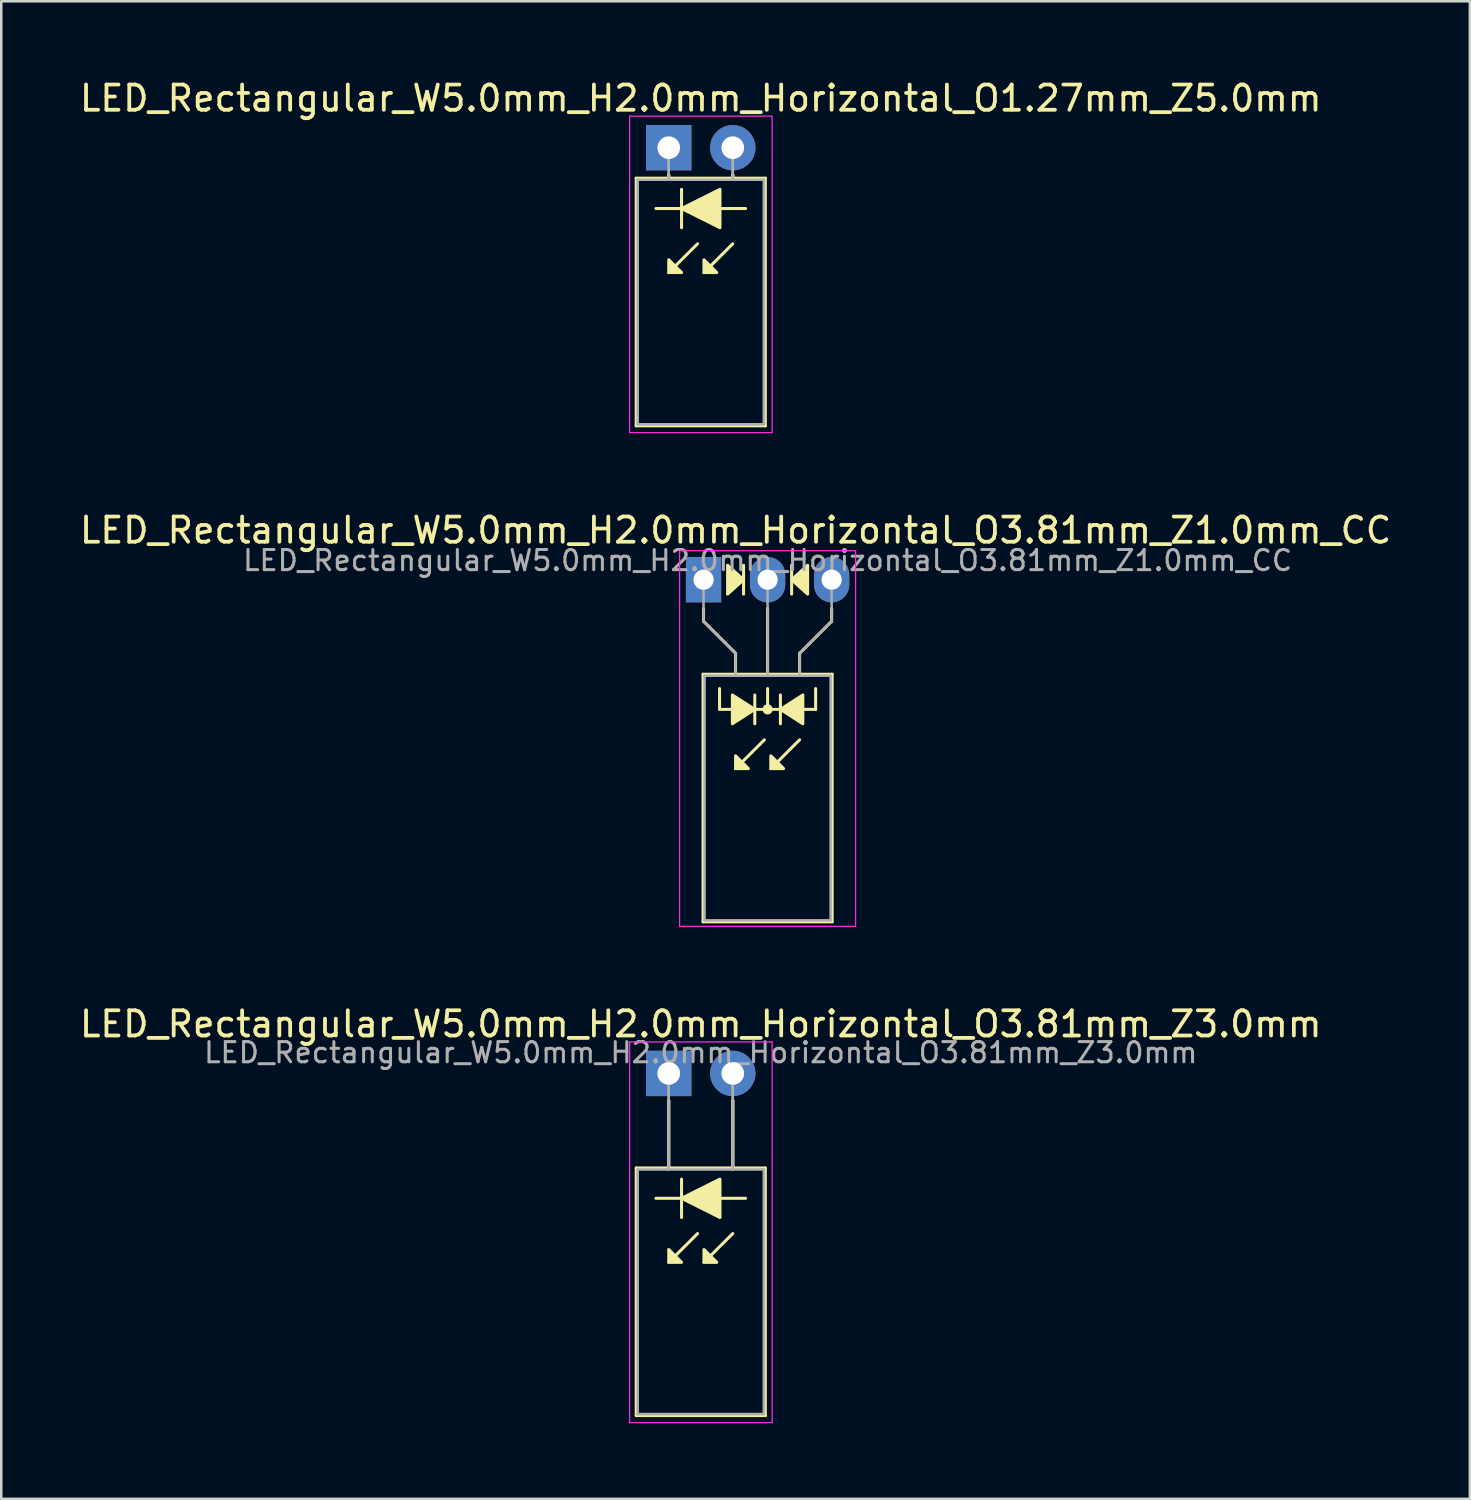
<source format=kicad_pcb>
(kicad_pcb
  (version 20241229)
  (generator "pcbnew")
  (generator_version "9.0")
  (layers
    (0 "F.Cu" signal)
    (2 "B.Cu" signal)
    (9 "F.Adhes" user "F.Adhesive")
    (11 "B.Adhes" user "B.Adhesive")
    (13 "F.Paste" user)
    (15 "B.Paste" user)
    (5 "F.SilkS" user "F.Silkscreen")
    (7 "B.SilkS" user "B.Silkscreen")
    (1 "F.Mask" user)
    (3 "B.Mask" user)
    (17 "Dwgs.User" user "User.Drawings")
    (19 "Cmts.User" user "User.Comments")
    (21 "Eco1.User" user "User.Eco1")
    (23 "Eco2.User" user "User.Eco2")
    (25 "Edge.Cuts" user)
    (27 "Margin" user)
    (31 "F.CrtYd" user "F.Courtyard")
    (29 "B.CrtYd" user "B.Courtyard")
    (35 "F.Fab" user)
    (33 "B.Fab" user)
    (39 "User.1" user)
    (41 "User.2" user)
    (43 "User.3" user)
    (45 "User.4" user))
  (footprint "LED_Rectangular_W5.0mm_H2.0mm_Horizontal_O3.81mm_Z1.0mm_CC"
    (layer "F.Cu")
    (at 24.855 19.942)
    (property "Reference" "LED_Rectangular_W5.0mm_H2.0mm_Horizontal_O3.81mm_Z1.0mm_CC" (at 1.27 -1.96 0) (layer "F.SilkS") (effects (font (size 1 1) (thickness 0.15))))
    (fp_line (start -0.02 3.75) (end -0.02 13.57) (stroke (width 0.12) (type solid)) (layer "F.SilkS"))
    (fp_line (start -0.02 13.57) (end 5.1 13.57) (stroke (width 0.12) (type solid)) (layer "F.SilkS"))
    (fp_line (start 0 1.143) (end 0 1.651) (stroke (width 0.12) (type default)) (layer "F.SilkS"))
    (fp_line (start 0 1.651) (end 1.27 2.921) (stroke (width 0.12) (type default)) (layer "F.SilkS"))
    (fp_line (start 0.635 5.144) (end 0.635 4.318) (stroke (width 0.12) (type default)) (layer "F.SilkS"))
    (fp_line (start 0.635 5.144) (end 4.445 5.144) (stroke (width 0.12) (type default)) (layer "F.SilkS"))
    (fp_line (start 1.27 2.921) (end 1.27 3.75) (stroke (width 0.12) (type default)) (layer "F.SilkS"))
    (fp_line (start 1.27 3.75) (end 1.27 3.75) (stroke (width 0.12) (type solid)) (layer "F.SilkS"))
    (fp_line (start 1.587 0.572) (end 1.587 -0.572) (stroke (width 0.12) (type solid)) (layer "F.SilkS"))
    (fp_line (start 2.032 5.715) (end 2.032 4.572) (stroke (width 0.12) (type solid)) (layer "F.SilkS"))
    (fp_line (start 2.413 6.35) (end 1.27 7.493) (stroke (width 0.12) (type solid)) (layer "F.SilkS"))
    (fp_line (start 2.54 3.75) (end 2.54 1.143) (stroke (width 0.12) (type default)) (layer "F.SilkS"))
    (fp_line (start 2.54 5.144) (end 2.54 4.318) (stroke (width 0.12) (type default)) (layer "F.SilkS"))
    (fp_line (start 3.048 4.572) (end 3.048 5.715) (stroke (width 0.12) (type solid)) (layer "F.SilkS"))
    (fp_line (start 3.493 -0.572) (end 3.493 0.572) (stroke (width 0.12) (type solid)) (layer "F.SilkS"))
    (fp_line (start 3.81 2.921) (end 3.81 3.75) (stroke (width 0.12) (type default)) (layer "F.SilkS"))
    (fp_line (start 3.81 3.75) (end 3.81 3.75) (stroke (width 0.12) (type solid)) (layer "F.SilkS"))
    (fp_line (start 3.81 6.35) (end 2.667 7.493) (stroke (width 0.12) (type solid)) (layer "F.SilkS"))
    (fp_line (start 4.445 5.144) (end 4.445 4.318) (stroke (width 0.12) (type default)) (layer "F.SilkS"))
    (fp_line (start 5.08 1.143) (end 5.08 1.651) (stroke (width 0.12) (type default)) (layer "F.SilkS"))
    (fp_line (start 5.08 1.651) (end 3.81 2.921) (stroke (width 0.12) (type default)) (layer "F.SilkS"))
    (fp_line (start 5.1 3.75) (end -0.02 3.75) (stroke (width 0.12) (type solid)) (layer "F.SilkS"))
    (fp_line (start 5.1 13.57) (end 5.1 3.75) (stroke (width 0.12) (type solid)) (layer "F.SilkS"))
    (fp_circle (center 2.54 5.144) (end 2.682 5.144) (stroke (width 0.12) (type solid)) (fill yes) (layer "F.SilkS"))
    (fp_poly (pts (xy 0.953 -0.572) (xy 1.587 0) (xy 0.953 0.572)) (stroke (width 0.12) (type solid)) (fill yes) (layer "F.SilkS"))
    (fp_poly (pts (xy 1.143 4.572) (xy 2.032 5.144) (xy 1.143 5.715)) (stroke (width 0.12) (type solid)) (fill yes) (layer "F.SilkS"))
    (fp_poly (pts (xy 1.27 6.985) (xy 1.778 7.493) (xy 1.27 7.493)) (stroke (width 0.12) (type solid)) (fill yes) (layer "F.SilkS"))
    (fp_poly (pts (xy 2.667 6.985) (xy 3.175 7.493) (xy 2.667 7.493)) (stroke (width 0.12) (type solid)) (fill yes) (layer "F.SilkS"))
    (fp_poly (pts (xy 3.937 5.715) (xy 3.048 5.144) (xy 3.937 4.572)) (stroke (width 0.12) (type solid)) (fill yes) (layer "F.SilkS"))
    (fp_poly (pts (xy 4.128 0.572) (xy 3.493 0) (xy 4.128 -0.572)) (stroke (width 0.12) (type solid)) (fill yes) (layer "F.SilkS"))
    (fp_rect (start -0.95 -1.15) (end 6.03 13.75) (stroke (width 0.05) (type default)) (fill no) (layer "F.CrtYd"))
    (fp_line (start 0 0) (end 0 0) (stroke (width 0.1) (type solid)) (layer "F.Fab"))
    (fp_line (start 0 1.651) (end 0 0) (stroke (width 0.1) (type default)) (layer "F.Fab"))
    (fp_line (start 0.04 3.81) (end 0.04 13.51) (stroke (width 0.1) (type solid)) (layer "F.Fab"))
    (fp_line (start 0.04 13.51) (end 5.04 13.51) (stroke (width 0.1) (type solid)) (layer "F.Fab"))
    (fp_line (start 1.27 2.921) (end 0 1.651) (stroke (width 0.1) (type default)) (layer "F.Fab"))
    (fp_line (start 1.27 2.921) (end 1.27 3.81) (stroke (width 0.1) (type default)) (layer "F.Fab"))
    (fp_line (start 1.27 3.81) (end 1.27 3.81) (stroke (width 0.1) (type solid)) (layer "F.Fab"))
    (fp_line (start 2.54 0) (end 2.54 0) (stroke (width 0.1) (type solid)) (layer "F.Fab"))
    (fp_line (start 2.54 0) (end 2.54 3.81) (stroke (width 0.1) (type default)) (layer "F.Fab"))
    (fp_line (start 3.81 2.921) (end 3.81 3.81) (stroke (width 0.1) (type default)) (layer "F.Fab"))
    (fp_line (start 3.81 2.921) (end 5.08 1.651) (stroke (width 0.1) (type default)) (layer "F.Fab"))
    (fp_line (start 3.81 3.81) (end 3.81 3.81) (stroke (width 0.1) (type solid)) (layer "F.Fab"))
    (fp_line (start 5.04 3.81) (end 0.04 3.81) (stroke (width 0.1) (type solid)) (layer "F.Fab"))
    (fp_line (start 5.04 13.51) (end 5.04 3.81) (stroke (width 0.1) (type solid)) (layer "F.Fab"))
    (fp_line (start 5.08 1.651) (end 5.08 0) (stroke (width 0.1) (type default)) (layer "F.Fab"))
    (fp_text user "${REFERENCE}" (at 2.54 -0.762 0) (layer "F.Fab") (effects (font (size 0.8 0.8) (thickness 0.12))))
    (pad "1" thru_hole rect (at 0 0) (size 1.4 1.8) (drill 0.8) (layers "*.Cu" "*.Mask"))
    (pad "2" thru_hole oval (at 2.54 0) (size 1.4 1.8) (drill 0.8) (layers "*.Cu" "*.Mask"))
    (pad "3" thru_hole oval (at 5.08 0) (size 1.4 1.8) (drill 0.8) (layers "*.Cu" "*.Mask")))
  (footprint "LED_Rectangular_W5.0mm_H2.0mm_Horizontal_O3.81mm_Z3.0mm"
    (layer "F.Cu")
    (at 23.474 39.525)
    (property "Reference" "LED_Rectangular_W5.0mm_H2.0mm_Horizontal_O3.81mm_Z3.0mm" (at 1.27 -1.96 0) (layer "F.SilkS") (effects (font (size 1 1) (thickness 0.15))))
    (fp_line (start -1.29 3.75) (end -1.29 13.57) (stroke (width 0.12) (type solid)) (layer "F.SilkS"))
    (fp_line (start -1.29 13.57) (end 3.83 13.57) (stroke (width 0.12) (type solid)) (layer "F.SilkS"))
    (fp_line (start 0 1.08) (end 0 1.08) (stroke (width 0.12) (type solid)) (layer "F.SilkS"))
    (fp_line (start 0 1.08) (end 0 3.75) (stroke (width 0.12) (type solid)) (layer "F.SilkS"))
    (fp_line (start 0 3.75) (end 0 1.08) (stroke (width 0.12) (type solid)) (layer "F.SilkS"))
    (fp_line (start 0 3.75) (end 0 3.75) (stroke (width 0.12) (type solid)) (layer "F.SilkS"))
    (fp_line (start 0.508 4.191) (end 0.508 5.715) (stroke (width 0.12) (type solid)) (layer "F.SilkS"))
    (fp_line (start 0.508 4.953) (end -0.508 4.953) (stroke (width 0.12) (type solid)) (layer "F.SilkS"))
    (fp_line (start 1.143 6.35) (end 0 7.493) (stroke (width 0.12) (type solid)) (layer "F.SilkS"))
    (fp_line (start 2.54 1.08) (end 2.54 1.08) (stroke (width 0.12) (type solid)) (layer "F.SilkS"))
    (fp_line (start 2.54 1.08) (end 2.54 3.75) (stroke (width 0.12) (type solid)) (layer "F.SilkS"))
    (fp_line (start 2.54 3.75) (end 2.54 1.08) (stroke (width 0.12) (type solid)) (layer "F.SilkS"))
    (fp_line (start 2.54 3.75) (end 2.54 3.75) (stroke (width 0.12) (type solid)) (layer "F.SilkS"))
    (fp_line (start 2.54 6.35) (end 1.397 7.493) (stroke (width 0.12) (type solid)) (layer "F.SilkS"))
    (fp_line (start 3.048 4.953) (end 2.032 4.953) (stroke (width 0.12) (type solid)) (layer "F.SilkS"))
    (fp_line (start 3.83 3.75) (end -1.29 3.75) (stroke (width 0.12) (type solid)) (layer "F.SilkS"))
    (fp_line (start 3.83 13.57) (end 3.83 3.75) (stroke (width 0.12) (type solid)) (layer "F.SilkS"))
    (fp_poly (pts (xy 0 6.985) (xy 0.508 7.493) (xy 0 7.493)) (stroke (width 0.12) (type solid)) (fill yes) (layer "F.SilkS"))
    (fp_poly (pts (xy 1.397 6.985) (xy 1.905 7.493) (xy 1.397 7.493)) (stroke (width 0.12) (type solid)) (fill yes) (layer "F.SilkS"))
    (fp_poly (pts (xy 2.032 5.715) (xy 0.508 4.953) (xy 2.032 4.191)) (stroke (width 0.12) (type solid)) (fill yes) (layer "F.SilkS"))
    (fp_line (start -1.55 -1.25) (end -1.55 13.85) (stroke (width 0.05) (type solid)) (layer "F.CrtYd"))
    (fp_line (start -1.55 13.85) (end 4.1 13.85) (stroke (width 0.05) (type solid)) (layer "F.CrtYd"))
    (fp_line (start 4.1 -1.25) (end -1.55 -1.25) (stroke (width 0.05) (type solid)) (layer "F.CrtYd"))
    (fp_line (start 4.1 13.85) (end 4.1 -1.25) (stroke (width 0.05) (type solid)) (layer "F.CrtYd"))
    (fp_line (start -1.23 3.81) (end -1.23 13.51) (stroke (width 0.1) (type solid)) (layer "F.Fab"))
    (fp_line (start -1.23 13.51) (end 3.77 13.51) (stroke (width 0.1) (type solid)) (layer "F.Fab"))
    (fp_line (start 0 0) (end 0 0) (stroke (width 0.1) (type solid)) (layer "F.Fab"))
    (fp_line (start 0 0) (end 0 3.81) (stroke (width 0.1) (type solid)) (layer "F.Fab"))
    (fp_line (start 0 3.81) (end 0 0) (stroke (width 0.1) (type solid)) (layer "F.Fab"))
    (fp_line (start 0 3.81) (end 0 3.81) (stroke (width 0.1) (type solid)) (layer "F.Fab"))
    (fp_line (start 2.54 0) (end 2.54 0) (stroke (width 0.1) (type solid)) (layer "F.Fab"))
    (fp_line (start 2.54 0) (end 2.54 3.81) (stroke (width 0.1) (type solid)) (layer "F.Fab"))
    (fp_line (start 2.54 3.81) (end 2.54 0) (stroke (width 0.1) (type solid)) (layer "F.Fab"))
    (fp_line (start 2.54 3.81) (end 2.54 3.81) (stroke (width 0.1) (type solid)) (layer "F.Fab"))
    (fp_line (start 3.77 3.81) (end -1.23 3.81) (stroke (width 0.1) (type solid)) (layer "F.Fab"))
    (fp_line (start 3.77 13.51) (end 3.77 3.81) (stroke (width 0.1) (type solid)) (layer "F.Fab"))
    (fp_text user "${REFERENCE}" (at 1.27 -0.826 0) (layer "F.Fab") (effects (font (size 0.8 0.8) (thickness 0.12))))
    (pad "1" thru_hole rect (at 0 0) (size 1.8 1.8) (drill 0.9) (layers "*.Cu" "*.Mask"))
    (pad "2" thru_hole circle (at 2.54 0) (size 1.8 1.8) (drill 0.9) (layers "*.Cu" "*.Mask")))
  (footprint "LED_Rectangular_W5.0mm_H2.0mm_Horizontal_O1.27mm_Z5.0mm"
    (layer "F.Cu")
    (at 23.474 2.808)
    (property "Reference" "LED_Rectangular_W5.0mm_H2.0mm_Horizontal_O1.27mm_Z5.0mm" (at 1.27 -1.96 0) (layer "F.SilkS") (effects (font (size 1 1) (thickness 0.15))))
    (fp_line (start -1.29 1.21) (end -1.29 11.03) (stroke (width 0.12) (type solid)) (layer "F.SilkS"))
    (fp_line (start -1.29 11.03) (end 3.83 11.03) (stroke (width 0.12) (type solid)) (layer "F.SilkS"))
    (fp_line (start 0 1.08) (end 0 1.08) (stroke (width 0.12) (type solid)) (layer "F.SilkS"))
    (fp_line (start 0 1.08) (end 0 1.21) (stroke (width 0.12) (type solid)) (layer "F.SilkS"))
    (fp_line (start 0 1.21) (end 0 1.08) (stroke (width 0.12) (type solid)) (layer "F.SilkS"))
    (fp_line (start 0 1.21) (end 0 1.21) (stroke (width 0.12) (type solid)) (layer "F.SilkS"))
    (fp_line (start 0.508 1.651) (end 0.508 3.175) (stroke (width 0.12) (type solid)) (layer "F.SilkS"))
    (fp_line (start 0.508 2.413) (end -0.508 2.413) (stroke (width 0.12) (type solid)) (layer "F.SilkS"))
    (fp_line (start 1.143 3.81) (end 0 4.953) (stroke (width 0.12) (type solid)) (layer "F.SilkS"))
    (fp_line (start 2.54 1.08) (end 2.54 1.08) (stroke (width 0.12) (type solid)) (layer "F.SilkS"))
    (fp_line (start 2.54 1.08) (end 2.54 1.21) (stroke (width 0.12) (type solid)) (layer "F.SilkS"))
    (fp_line (start 2.54 1.21) (end 2.54 1.08) (stroke (width 0.12) (type solid)) (layer "F.SilkS"))
    (fp_line (start 2.54 1.21) (end 2.54 1.21) (stroke (width 0.12) (type solid)) (layer "F.SilkS"))
    (fp_line (start 2.54 3.81) (end 1.397 4.953) (stroke (width 0.12) (type solid)) (layer "F.SilkS"))
    (fp_line (start 3.048 2.413) (end 2.032 2.413) (stroke (width 0.12) (type solid)) (layer "F.SilkS"))
    (fp_line (start 3.83 1.21) (end -1.29 1.21) (stroke (width 0.12) (type solid)) (layer "F.SilkS"))
    (fp_line (start 3.83 11.03) (end 3.83 1.21) (stroke (width 0.12) (type solid)) (layer "F.SilkS"))
    (fp_poly (pts (xy 0 4.445) (xy 0.508 4.953) (xy 0 4.953)) (stroke (width 0.12) (type solid)) (fill yes) (layer "F.SilkS"))
    (fp_poly (pts (xy 1.397 4.445) (xy 1.905 4.953) (xy 1.397 4.953)) (stroke (width 0.12) (type solid)) (fill yes) (layer "F.SilkS"))
    (fp_poly (pts (xy 2.032 3.175) (xy 0.508 2.413) (xy 2.032 1.651)) (stroke (width 0.12) (type solid)) (fill yes) (layer "F.SilkS"))
    (fp_line (start -1.55 -1.25) (end -1.55 11.3) (stroke (width 0.05) (type solid)) (layer "F.CrtYd"))
    (fp_line (start -1.55 11.3) (end 4.1 11.3) (stroke (width 0.05) (type solid)) (layer "F.CrtYd"))
    (fp_line (start 4.1 -1.25) (end -1.55 -1.25) (stroke (width 0.05) (type solid)) (layer "F.CrtYd"))
    (fp_line (start 4.1 11.3) (end 4.1 -1.25) (stroke (width 0.05) (type solid)) (layer "F.CrtYd"))
    (fp_line (start -1.23 1.27) (end -1.23 10.97) (stroke (width 0.1) (type solid)) (layer "F.Fab"))
    (fp_line (start -1.23 10.97) (end 3.77 10.97) (stroke (width 0.1) (type solid)) (layer "F.Fab"))
    (fp_line (start 0 0) (end 0 0) (stroke (width 0.1) (type solid)) (layer "F.Fab"))
    (fp_line (start 0 0) (end 0 1.27) (stroke (width 0.1) (type solid)) (layer "F.Fab"))
    (fp_line (start 0 1.27) (end 0 0) (stroke (width 0.1) (type solid)) (layer "F.Fab"))
    (fp_line (start 0 1.27) (end 0 1.27) (stroke (width 0.1) (type solid)) (layer "F.Fab"))
    (fp_line (start 2.54 0) (end 2.54 0) (stroke (width 0.1) (type solid)) (layer "F.Fab"))
    (fp_line (start 2.54 0) (end 2.54 1.27) (stroke (width 0.1) (type solid)) (layer "F.Fab"))
    (fp_line (start 2.54 1.27) (end 2.54 0) (stroke (width 0.1) (type solid)) (layer "F.Fab"))
    (fp_line (start 2.54 1.27) (end 2.54 1.27) (stroke (width 0.1) (type solid)) (layer "F.Fab"))
    (fp_line (start 3.77 1.27) (end -1.23 1.27) (stroke (width 0.1) (type solid)) (layer "F.Fab"))
    (fp_line (start 3.77 10.97) (end 3.77 1.27) (stroke (width 0.1) (type solid)) (layer "F.Fab"))
    (pad "1" thru_hole rect (at 0 0) (size 1.8 1.8) (drill 0.9) (layers "*.Cu" "*.Mask"))
    (pad "2" thru_hole circle (at 2.54 0) (size 1.8 1.8) (drill 0.9) (layers "*.Cu" "*.Mask")))
  (gr_rect
    (start -3 -3)
    (end 55.25 56.4)
    (stroke (width 0.1) (type default))
    (fill no)
    (layer "Edge.Cuts")))
</source>
